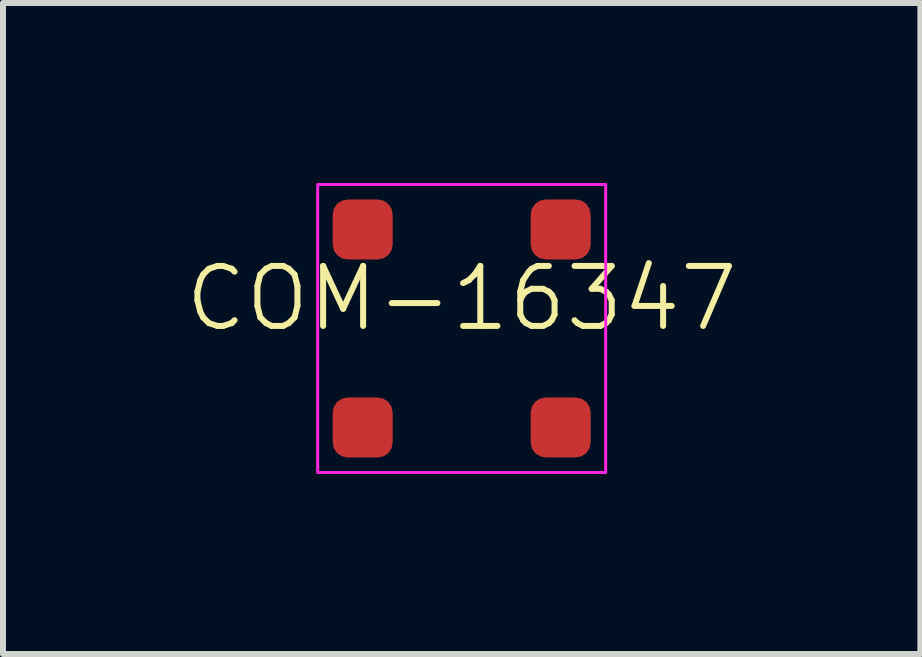
<source format=kicad_pcb>
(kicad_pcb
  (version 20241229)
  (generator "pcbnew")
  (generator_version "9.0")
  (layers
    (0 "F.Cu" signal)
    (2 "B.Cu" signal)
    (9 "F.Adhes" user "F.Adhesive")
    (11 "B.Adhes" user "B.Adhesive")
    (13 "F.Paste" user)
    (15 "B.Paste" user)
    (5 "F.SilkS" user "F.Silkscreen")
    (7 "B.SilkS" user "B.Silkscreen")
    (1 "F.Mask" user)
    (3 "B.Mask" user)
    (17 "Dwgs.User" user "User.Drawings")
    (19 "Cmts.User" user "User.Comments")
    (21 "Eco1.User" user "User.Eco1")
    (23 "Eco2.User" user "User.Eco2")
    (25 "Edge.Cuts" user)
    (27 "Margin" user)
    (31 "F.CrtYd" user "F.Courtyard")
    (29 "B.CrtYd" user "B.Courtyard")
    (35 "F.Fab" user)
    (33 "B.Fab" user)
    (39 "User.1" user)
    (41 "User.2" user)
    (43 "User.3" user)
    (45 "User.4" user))
  (footprint "COM-16347"
    (layer "F.Cu")
    (at 4.645 2.425)
    (property "Reference" "COM-16347" (at 0 -0.5 0) (unlocked yes) (layer "F.SilkS") (effects (font (size 1 1) (thickness 0.1))))
    (attr smd)
    (fp_rect (start -2.4 -2.4) (end 2.4 2.4) (stroke (width 0.05) (type default)) (fill no) (layer "F.CrtYd"))
    (pad "1" smd roundrect (at -1.65 -1.65) (size 1 1) (layers "F.Cu" "F.Mask" "F.Paste") (roundrect_rratio 0.25))
    (pad "2" smd roundrect (at -1.65 1.65) (size 1 1) (layers "F.Cu" "F.Mask" "F.Paste") (roundrect_rratio 0.25))
    (pad "3" smd roundrect (at 1.65 1.65) (size 1 1) (layers "F.Cu" "F.Mask" "F.Paste") (roundrect_rratio 0.25))
    (pad "4" smd roundrect (at 1.65 -1.65) (size 1 1) (layers "F.Cu" "F.Mask" "F.Paste") (roundrect_rratio 0.25)))
  (gr_rect
    (start -3 -3)
    (end 12.29 7.85)
    (stroke (width 0.1) (type default))
    (fill no)
    (layer "Edge.Cuts")))
</source>
